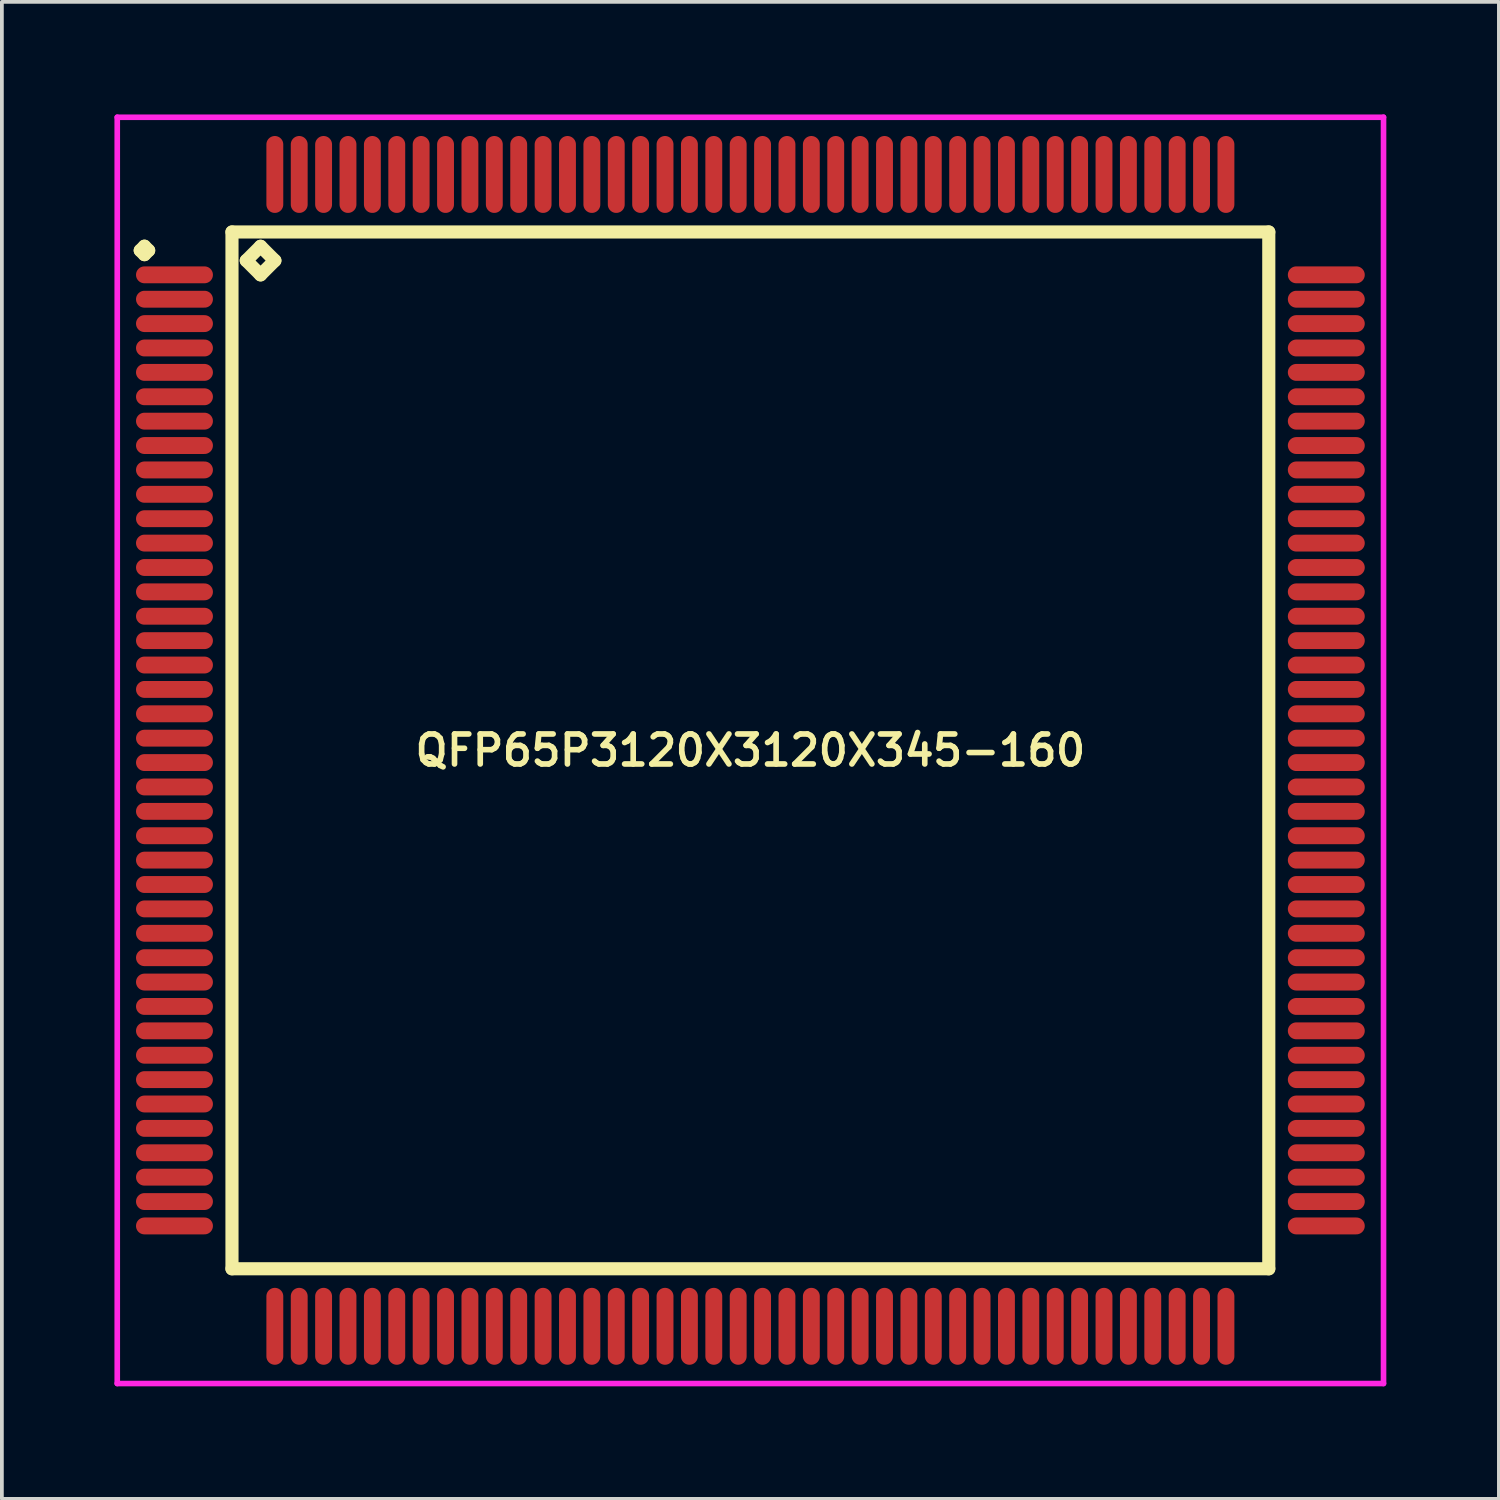
<source format=kicad_pcb>
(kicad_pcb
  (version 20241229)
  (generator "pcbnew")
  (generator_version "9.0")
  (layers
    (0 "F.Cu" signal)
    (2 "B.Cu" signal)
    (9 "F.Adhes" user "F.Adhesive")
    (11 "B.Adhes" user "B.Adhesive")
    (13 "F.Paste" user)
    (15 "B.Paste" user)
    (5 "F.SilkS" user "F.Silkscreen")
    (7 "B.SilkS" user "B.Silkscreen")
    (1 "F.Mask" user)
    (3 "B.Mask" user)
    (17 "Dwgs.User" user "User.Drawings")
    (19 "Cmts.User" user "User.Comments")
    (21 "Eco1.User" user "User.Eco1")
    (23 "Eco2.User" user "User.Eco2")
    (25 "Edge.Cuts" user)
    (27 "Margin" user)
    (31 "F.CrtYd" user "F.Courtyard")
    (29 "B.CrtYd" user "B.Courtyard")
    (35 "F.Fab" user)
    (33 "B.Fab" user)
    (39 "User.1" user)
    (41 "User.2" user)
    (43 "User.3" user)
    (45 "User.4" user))
  (footprint "QFP65P3120X3120X345-160"
    (layer "F.Cu")
    (at 16.95 16.95)
    (property "Reference" "QFP65P3120X3120X345-160" (at 0 0 0) (layer "F.SilkS") (effects (font (size 0.8 0.8) (thickness 0.15))))
    (attr smd)
    (fp_line (start -16.262 -13.325) (end -16.15 -13.438) (stroke (width 0.35) (type solid)) (layer "F.SilkS"))
    (fp_line (start -16.15 -13.438) (end -16.038 -13.325) (stroke (width 0.35) (type solid)) (layer "F.SilkS"))
    (fp_line (start -16.15 -13.213) (end -16.262 -13.325) (stroke (width 0.35) (type solid)) (layer "F.SilkS"))
    (fp_line (start -16.038 -13.325) (end -16.15 -13.213) (stroke (width 0.35) (type solid)) (layer "F.SilkS"))
    (fp_line (start -13.817 -13.817) (end -13.817 13.817) (stroke (width 0.35) (type solid)) (layer "F.SilkS"))
    (fp_line (start -13.817 13.817) (end 13.817 13.817) (stroke (width 0.35) (type solid)) (layer "F.SilkS"))
    (fp_line (start -13.436 -13.055) (end -13.055 -13.436) (stroke (width 0.35) (type solid)) (layer "F.SilkS"))
    (fp_line (start -13.055 -13.436) (end -12.674 -13.055) (stroke (width 0.35) (type solid)) (layer "F.SilkS"))
    (fp_line (start -13.055 -12.674) (end -13.436 -13.055) (stroke (width 0.35) (type solid)) (layer "F.SilkS"))
    (fp_line (start -12.674 -13.055) (end -13.055 -12.674) (stroke (width 0.35) (type solid)) (layer "F.SilkS"))
    (fp_line (start 13.817 -13.817) (end -13.817 -13.817) (stroke (width 0.35) (type solid)) (layer "F.SilkS"))
    (fp_line (start 13.817 13.817) (end 13.817 -13.817) (stroke (width 0.35) (type solid)) (layer "F.SilkS"))
    (fp_line (start -16.875 -16.875) (end 16.875 -16.875) (stroke (width 0.15) (type solid)) (layer "F.CrtYd"))
    (fp_line (start -16.875 16.875) (end -16.875 -16.875) (stroke (width 0.15) (type solid)) (layer "F.CrtYd"))
    (fp_line (start 16.875 -16.875) (end 16.875 16.875) (stroke (width 0.15) (type solid)) (layer "F.CrtYd"))
    (fp_line (start 16.875 16.875) (end -16.875 16.875) (stroke (width 0.15) (type solid)) (layer "F.CrtYd"))
    (pad "1" smd oval (at -15.35 -12.675) (size 2.05 0.45) (layers "F.Cu" "F.Mask" "F.Paste"))
    (pad "2" smd oval (at -15.35 -12.025) (size 2.05 0.45) (layers "F.Cu" "F.Mask" "F.Paste"))
    (pad "3" smd oval (at -15.35 -11.375) (size 2.05 0.45) (layers "F.Cu" "F.Mask" "F.Paste"))
    (pad "4" smd oval (at -15.35 -10.725) (size 2.05 0.45) (layers "F.Cu" "F.Mask" "F.Paste"))
    (pad "5" smd oval (at -15.35 -10.075) (size 2.05 0.45) (layers "F.Cu" "F.Mask" "F.Paste"))
    (pad "6" smd oval (at -15.35 -9.425) (size 2.05 0.45) (layers "F.Cu" "F.Mask" "F.Paste"))
    (pad "7" smd oval (at -15.35 -8.775) (size 2.05 0.45) (layers "F.Cu" "F.Mask" "F.Paste"))
    (pad "8" smd oval (at -15.35 -8.125) (size 2.05 0.45) (layers "F.Cu" "F.Mask" "F.Paste"))
    (pad "9" smd oval (at -15.35 -7.475) (size 2.05 0.45) (layers "F.Cu" "F.Mask" "F.Paste"))
    (pad "10" smd oval (at -15.35 -6.825) (size 2.05 0.45) (layers "F.Cu" "F.Mask" "F.Paste"))
    (pad "11" smd oval (at -15.35 -6.175) (size 2.05 0.45) (layers "F.Cu" "F.Mask" "F.Paste"))
    (pad "12" smd oval (at -15.35 -5.525) (size 2.05 0.45) (layers "F.Cu" "F.Mask" "F.Paste"))
    (pad "13" smd oval (at -15.35 -4.875) (size 2.05 0.45) (layers "F.Cu" "F.Mask" "F.Paste"))
    (pad "14" smd oval (at -15.35 -4.225) (size 2.05 0.45) (layers "F.Cu" "F.Mask" "F.Paste"))
    (pad "15" smd oval (at -15.35 -3.575) (size 2.05 0.45) (layers "F.Cu" "F.Mask" "F.Paste"))
    (pad "16" smd oval (at -15.35 -2.925) (size 2.05 0.45) (layers "F.Cu" "F.Mask" "F.Paste"))
    (pad "17" smd oval (at -15.35 -2.275) (size 2.05 0.45) (layers "F.Cu" "F.Mask" "F.Paste"))
    (pad "18" smd oval (at -15.35 -1.625) (size 2.05 0.45) (layers "F.Cu" "F.Mask" "F.Paste"))
    (pad "19" smd oval (at -15.35 -0.975) (size 2.05 0.45) (layers "F.Cu" "F.Mask" "F.Paste"))
    (pad "20" smd oval (at -15.35 -0.325) (size 2.05 0.45) (layers "F.Cu" "F.Mask" "F.Paste"))
    (pad "21" smd oval (at -15.35 0.325) (size 2.05 0.45) (layers "F.Cu" "F.Mask" "F.Paste"))
    (pad "22" smd oval (at -15.35 0.975) (size 2.05 0.45) (layers "F.Cu" "F.Mask" "F.Paste"))
    (pad "23" smd oval (at -15.35 1.625) (size 2.05 0.45) (layers "F.Cu" "F.Mask" "F.Paste"))
    (pad "24" smd oval (at -15.35 2.275) (size 2.05 0.45) (layers "F.Cu" "F.Mask" "F.Paste"))
    (pad "25" smd oval (at -15.35 2.925) (size 2.05 0.45) (layers "F.Cu" "F.Mask" "F.Paste"))
    (pad "26" smd oval (at -15.35 3.575) (size 2.05 0.45) (layers "F.Cu" "F.Mask" "F.Paste"))
    (pad "27" smd oval (at -15.35 4.225) (size 2.05 0.45) (layers "F.Cu" "F.Mask" "F.Paste"))
    (pad "28" smd oval (at -15.35 4.875) (size 2.05 0.45) (layers "F.Cu" "F.Mask" "F.Paste"))
    (pad "29" smd oval (at -15.35 5.525) (size 2.05 0.45) (layers "F.Cu" "F.Mask" "F.Paste"))
    (pad "30" smd oval (at -15.35 6.175) (size 2.05 0.45) (layers "F.Cu" "F.Mask" "F.Paste"))
    (pad "31" smd oval (at -15.35 6.825) (size 2.05 0.45) (layers "F.Cu" "F.Mask" "F.Paste"))
    (pad "32" smd oval (at -15.35 7.475) (size 2.05 0.45) (layers "F.Cu" "F.Mask" "F.Paste"))
    (pad "33" smd oval (at -15.35 8.125) (size 2.05 0.45) (layers "F.Cu" "F.Mask" "F.Paste"))
    (pad "34" smd oval (at -15.35 8.775) (size 2.05 0.45) (layers "F.Cu" "F.Mask" "F.Paste"))
    (pad "35" smd oval (at -15.35 9.425) (size 2.05 0.45) (layers "F.Cu" "F.Mask" "F.Paste"))
    (pad "36" smd oval (at -15.35 10.075) (size 2.05 0.45) (layers "F.Cu" "F.Mask" "F.Paste"))
    (pad "37" smd oval (at -15.35 10.725) (size 2.05 0.45) (layers "F.Cu" "F.Mask" "F.Paste"))
    (pad "38" smd oval (at -15.35 11.375) (size 2.05 0.45) (layers "F.Cu" "F.Mask" "F.Paste"))
    (pad "39" smd oval (at -15.35 12.025) (size 2.05 0.45) (layers "F.Cu" "F.Mask" "F.Paste"))
    (pad "40" smd oval (at -15.35 12.675) (size 2.05 0.45) (layers "F.Cu" "F.Mask" "F.Paste"))
    (pad "41" smd oval (at -12.675 15.35) (size 0.45 2.05) (layers "F.Cu" "F.Mask" "F.Paste"))
    (pad "42" smd oval (at -12.025 15.35) (size 0.45 2.05) (layers "F.Cu" "F.Mask" "F.Paste"))
    (pad "43" smd oval (at -11.375 15.35) (size 0.45 2.05) (layers "F.Cu" "F.Mask" "F.Paste"))
    (pad "44" smd oval (at -10.725 15.35) (size 0.45 2.05) (layers "F.Cu" "F.Mask" "F.Paste"))
    (pad "45" smd oval (at -10.075 15.35) (size 0.45 2.05) (layers "F.Cu" "F.Mask" "F.Paste"))
    (pad "46" smd oval (at -9.425 15.35) (size 0.45 2.05) (layers "F.Cu" "F.Mask" "F.Paste"))
    (pad "47" smd oval (at -8.775 15.35) (size 0.45 2.05) (layers "F.Cu" "F.Mask" "F.Paste"))
    (pad "48" smd oval (at -8.125 15.35) (size 0.45 2.05) (layers "F.Cu" "F.Mask" "F.Paste"))
    (pad "49" smd oval (at -7.475 15.35) (size 0.45 2.05) (layers "F.Cu" "F.Mask" "F.Paste"))
    (pad "50" smd oval (at -6.825 15.35) (size 0.45 2.05) (layers "F.Cu" "F.Mask" "F.Paste"))
    (pad "51" smd oval (at -6.175 15.35) (size 0.45 2.05) (layers "F.Cu" "F.Mask" "F.Paste"))
    (pad "52" smd oval (at -5.525 15.35) (size 0.45 2.05) (layers "F.Cu" "F.Mask" "F.Paste"))
    (pad "53" smd oval (at -4.875 15.35) (size 0.45 2.05) (layers "F.Cu" "F.Mask" "F.Paste"))
    (pad "54" smd oval (at -4.225 15.35) (size 0.45 2.05) (layers "F.Cu" "F.Mask" "F.Paste"))
    (pad "55" smd oval (at -3.575 15.35) (size 0.45 2.05) (layers "F.Cu" "F.Mask" "F.Paste"))
    (pad "56" smd oval (at -2.925 15.35) (size 0.45 2.05) (layers "F.Cu" "F.Mask" "F.Paste"))
    (pad "57" smd oval (at -2.275 15.35) (size 0.45 2.05) (layers "F.Cu" "F.Mask" "F.Paste"))
    (pad "58" smd oval (at -1.625 15.35) (size 0.45 2.05) (layers "F.Cu" "F.Mask" "F.Paste"))
    (pad "59" smd oval (at -0.975 15.35) (size 0.45 2.05) (layers "F.Cu" "F.Mask" "F.Paste"))
    (pad "60" smd oval (at -0.325 15.35) (size 0.45 2.05) (layers "F.Cu" "F.Mask" "F.Paste"))
    (pad "61" smd oval (at 0.325 15.35) (size 0.45 2.05) (layers "F.Cu" "F.Mask" "F.Paste"))
    (pad "62" smd oval (at 0.975 15.35) (size 0.45 2.05) (layers "F.Cu" "F.Mask" "F.Paste"))
    (pad "63" smd oval (at 1.625 15.35) (size 0.45 2.05) (layers "F.Cu" "F.Mask" "F.Paste"))
    (pad "64" smd oval (at 2.275 15.35) (size 0.45 2.05) (layers "F.Cu" "F.Mask" "F.Paste"))
    (pad "65" smd oval (at 2.925 15.35) (size 0.45 2.05) (layers "F.Cu" "F.Mask" "F.Paste"))
    (pad "66" smd oval (at 3.575 15.35) (size 0.45 2.05) (layers "F.Cu" "F.Mask" "F.Paste"))
    (pad "67" smd oval (at 4.225 15.35) (size 0.45 2.05) (layers "F.Cu" "F.Mask" "F.Paste"))
    (pad "68" smd oval (at 4.875 15.35) (size 0.45 2.05) (layers "F.Cu" "F.Mask" "F.Paste"))
    (pad "69" smd oval (at 5.525 15.35) (size 0.45 2.05) (layers "F.Cu" "F.Mask" "F.Paste"))
    (pad "70" smd oval (at 6.175 15.35) (size 0.45 2.05) (layers "F.Cu" "F.Mask" "F.Paste"))
    (pad "71" smd oval (at 6.825 15.35) (size 0.45 2.05) (layers "F.Cu" "F.Mask" "F.Paste"))
    (pad "72" smd oval (at 7.475 15.35) (size 0.45 2.05) (layers "F.Cu" "F.Mask" "F.Paste"))
    (pad "73" smd oval (at 8.125 15.35) (size 0.45 2.05) (layers "F.Cu" "F.Mask" "F.Paste"))
    (pad "74" smd oval (at 8.775 15.35) (size 0.45 2.05) (layers "F.Cu" "F.Mask" "F.Paste"))
    (pad "75" smd oval (at 9.425 15.35) (size 0.45 2.05) (layers "F.Cu" "F.Mask" "F.Paste"))
    (pad "76" smd oval (at 10.075 15.35) (size 0.45 2.05) (layers "F.Cu" "F.Mask" "F.Paste"))
    (pad "77" smd oval (at 10.725 15.35) (size 0.45 2.05) (layers "F.Cu" "F.Mask" "F.Paste"))
    (pad "78" smd oval (at 11.375 15.35) (size 0.45 2.05) (layers "F.Cu" "F.Mask" "F.Paste"))
    (pad "79" smd oval (at 12.025 15.35) (size 0.45 2.05) (layers "F.Cu" "F.Mask" "F.Paste"))
    (pad "80" smd oval (at 12.675 15.35) (size 0.45 2.05) (layers "F.Cu" "F.Mask" "F.Paste"))
    (pad "81" smd oval (at 15.35 12.675) (size 2.05 0.45) (layers "F.Cu" "F.Mask" "F.Paste"))
    (pad "82" smd oval (at 15.35 12.025) (size 2.05 0.45) (layers "F.Cu" "F.Mask" "F.Paste"))
    (pad "83" smd oval (at 15.35 11.375) (size 2.05 0.45) (layers "F.Cu" "F.Mask" "F.Paste"))
    (pad "84" smd oval (at 15.35 10.725) (size 2.05 0.45) (layers "F.Cu" "F.Mask" "F.Paste"))
    (pad "85" smd oval (at 15.35 10.075) (size 2.05 0.45) (layers "F.Cu" "F.Mask" "F.Paste"))
    (pad "86" smd oval (at 15.35 9.425) (size 2.05 0.45) (layers "F.Cu" "F.Mask" "F.Paste"))
    (pad "87" smd oval (at 15.35 8.775) (size 2.05 0.45) (layers "F.Cu" "F.Mask" "F.Paste"))
    (pad "88" smd oval (at 15.35 8.125) (size 2.05 0.45) (layers "F.Cu" "F.Mask" "F.Paste"))
    (pad "89" smd oval (at 15.35 7.475) (size 2.05 0.45) (layers "F.Cu" "F.Mask" "F.Paste"))
    (pad "90" smd oval (at 15.35 6.825) (size 2.05 0.45) (layers "F.Cu" "F.Mask" "F.Paste"))
    (pad "91" smd oval (at 15.35 6.175) (size 2.05 0.45) (layers "F.Cu" "F.Mask" "F.Paste"))
    (pad "92" smd oval (at 15.35 5.525) (size 2.05 0.45) (layers "F.Cu" "F.Mask" "F.Paste"))
    (pad "93" smd oval (at 15.35 4.875) (size 2.05 0.45) (layers "F.Cu" "F.Mask" "F.Paste"))
    (pad "94" smd oval (at 15.35 4.225) (size 2.05 0.45) (layers "F.Cu" "F.Mask" "F.Paste"))
    (pad "95" smd oval (at 15.35 3.575) (size 2.05 0.45) (layers "F.Cu" "F.Mask" "F.Paste"))
    (pad "96" smd oval (at 15.35 2.925) (size 2.05 0.45) (layers "F.Cu" "F.Mask" "F.Paste"))
    (pad "97" smd oval (at 15.35 2.275) (size 2.05 0.45) (layers "F.Cu" "F.Mask" "F.Paste"))
    (pad "98" smd oval (at 15.35 1.625) (size 2.05 0.45) (layers "F.Cu" "F.Mask" "F.Paste"))
    (pad "99" smd oval (at 15.35 0.975) (size 2.05 0.45) (layers "F.Cu" "F.Mask" "F.Paste"))
    (pad "100" smd oval (at 15.35 0.325) (size 2.05 0.45) (layers "F.Cu" "F.Mask" "F.Paste"))
    (pad "101" smd oval (at 15.35 -0.325) (size 2.05 0.45) (layers "F.Cu" "F.Mask" "F.Paste"))
    (pad "102" smd oval (at 15.35 -0.975) (size 2.05 0.45) (layers "F.Cu" "F.Mask" "F.Paste"))
    (pad "103" smd oval (at 15.35 -1.625) (size 2.05 0.45) (layers "F.Cu" "F.Mask" "F.Paste"))
    (pad "104" smd oval (at 15.35 -2.275) (size 2.05 0.45) (layers "F.Cu" "F.Mask" "F.Paste"))
    (pad "105" smd oval (at 15.35 -2.925) (size 2.05 0.45) (layers "F.Cu" "F.Mask" "F.Paste"))
    (pad "106" smd oval (at 15.35 -3.575) (size 2.05 0.45) (layers "F.Cu" "F.Mask" "F.Paste"))
    (pad "107" smd oval (at 15.35 -4.225) (size 2.05 0.45) (layers "F.Cu" "F.Mask" "F.Paste"))
    (pad "108" smd oval (at 15.35 -4.875) (size 2.05 0.45) (layers "F.Cu" "F.Mask" "F.Paste"))
    (pad "109" smd oval (at 15.35 -5.525) (size 2.05 0.45) (layers "F.Cu" "F.Mask" "F.Paste"))
    (pad "110" smd oval (at 15.35 -6.175) (size 2.05 0.45) (layers "F.Cu" "F.Mask" "F.Paste"))
    (pad "111" smd oval (at 15.35 -6.825) (size 2.05 0.45) (layers "F.Cu" "F.Mask" "F.Paste"))
    (pad "112" smd oval (at 15.35 -7.475) (size 2.05 0.45) (layers "F.Cu" "F.Mask" "F.Paste"))
    (pad "113" smd oval (at 15.35 -8.125) (size 2.05 0.45) (layers "F.Cu" "F.Mask" "F.Paste"))
    (pad "114" smd oval (at 15.35 -8.775) (size 2.05 0.45) (layers "F.Cu" "F.Mask" "F.Paste"))
    (pad "115" smd oval (at 15.35 -9.425) (size 2.05 0.45) (layers "F.Cu" "F.Mask" "F.Paste"))
    (pad "116" smd oval (at 15.35 -10.075) (size 2.05 0.45) (layers "F.Cu" "F.Mask" "F.Paste"))
    (pad "117" smd oval (at 15.35 -10.725) (size 2.05 0.45) (layers "F.Cu" "F.Mask" "F.Paste"))
    (pad "118" smd oval (at 15.35 -11.375) (size 2.05 0.45) (layers "F.Cu" "F.Mask" "F.Paste"))
    (pad "119" smd oval (at 15.35 -12.025) (size 2.05 0.45) (layers "F.Cu" "F.Mask" "F.Paste"))
    (pad "120" smd oval (at 15.35 -12.675) (size 2.05 0.45) (layers "F.Cu" "F.Mask" "F.Paste"))
    (pad "121" smd oval (at 12.675 -15.35) (size 0.45 2.05) (layers "F.Cu" "F.Mask" "F.Paste"))
    (pad "122" smd oval (at 12.025 -15.35) (size 0.45 2.05) (layers "F.Cu" "F.Mask" "F.Paste"))
    (pad "123" smd oval (at 11.375 -15.35) (size 0.45 2.05) (layers "F.Cu" "F.Mask" "F.Paste"))
    (pad "124" smd oval (at 10.725 -15.35) (size 0.45 2.05) (layers "F.Cu" "F.Mask" "F.Paste"))
    (pad "125" smd oval (at 10.075 -15.35) (size 0.45 2.05) (layers "F.Cu" "F.Mask" "F.Paste"))
    (pad "126" smd oval (at 9.425 -15.35) (size 0.45 2.05) (layers "F.Cu" "F.Mask" "F.Paste"))
    (pad "127" smd oval (at 8.775 -15.35) (size 0.45 2.05) (layers "F.Cu" "F.Mask" "F.Paste"))
    (pad "128" smd oval (at 8.125 -15.35) (size 0.45 2.05) (layers "F.Cu" "F.Mask" "F.Paste"))
    (pad "129" smd oval (at 7.475 -15.35) (size 0.45 2.05) (layers "F.Cu" "F.Mask" "F.Paste"))
    (pad "130" smd oval (at 6.825 -15.35) (size 0.45 2.05) (layers "F.Cu" "F.Mask" "F.Paste"))
    (pad "131" smd oval (at 6.175 -15.35) (size 0.45 2.05) (layers "F.Cu" "F.Mask" "F.Paste"))
    (pad "132" smd oval (at 5.525 -15.35) (size 0.45 2.05) (layers "F.Cu" "F.Mask" "F.Paste"))
    (pad "133" smd oval (at 4.875 -15.35) (size 0.45 2.05) (layers "F.Cu" "F.Mask" "F.Paste"))
    (pad "134" smd oval (at 4.225 -15.35) (size 0.45 2.05) (layers "F.Cu" "F.Mask" "F.Paste"))
    (pad "135" smd oval (at 3.575 -15.35) (size 0.45 2.05) (layers "F.Cu" "F.Mask" "F.Paste"))
    (pad "136" smd oval (at 2.925 -15.35) (size 0.45 2.05) (layers "F.Cu" "F.Mask" "F.Paste"))
    (pad "137" smd oval (at 2.275 -15.35) (size 0.45 2.05) (layers "F.Cu" "F.Mask" "F.Paste"))
    (pad "138" smd oval (at 1.625 -15.35) (size 0.45 2.05) (layers "F.Cu" "F.Mask" "F.Paste"))
    (pad "139" smd oval (at 0.975 -15.35) (size 0.45 2.05) (layers "F.Cu" "F.Mask" "F.Paste"))
    (pad "140" smd oval (at 0.325 -15.35) (size 0.45 2.05) (layers "F.Cu" "F.Mask" "F.Paste"))
    (pad "141" smd oval (at -0.325 -15.35) (size 0.45 2.05) (layers "F.Cu" "F.Mask" "F.Paste"))
    (pad "142" smd oval (at -0.975 -15.35) (size 0.45 2.05) (layers "F.Cu" "F.Mask" "F.Paste"))
    (pad "143" smd oval (at -1.625 -15.35) (size 0.45 2.05) (layers "F.Cu" "F.Mask" "F.Paste"))
    (pad "144" smd oval (at -2.275 -15.35) (size 0.45 2.05) (layers "F.Cu" "F.Mask" "F.Paste"))
    (pad "145" smd oval (at -2.925 -15.35) (size 0.45 2.05) (layers "F.Cu" "F.Mask" "F.Paste"))
    (pad "146" smd oval (at -3.575 -15.35) (size 0.45 2.05) (layers "F.Cu" "F.Mask" "F.Paste"))
    (pad "147" smd oval (at -4.225 -15.35) (size 0.45 2.05) (layers "F.Cu" "F.Mask" "F.Paste"))
    (pad "148" smd oval (at -4.875 -15.35) (size 0.45 2.05) (layers "F.Cu" "F.Mask" "F.Paste"))
    (pad "149" smd oval (at -5.525 -15.35) (size 0.45 2.05) (layers "F.Cu" "F.Mask" "F.Paste"))
    (pad "150" smd oval (at -6.175 -15.35) (size 0.45 2.05) (layers "F.Cu" "F.Mask" "F.Paste"))
    (pad "151" smd oval (at -6.825 -15.35) (size 0.45 2.05) (layers "F.Cu" "F.Mask" "F.Paste"))
    (pad "152" smd oval (at -7.475 -15.35) (size 0.45 2.05) (layers "F.Cu" "F.Mask" "F.Paste"))
    (pad "153" smd oval (at -8.125 -15.35) (size 0.45 2.05) (layers "F.Cu" "F.Mask" "F.Paste"))
    (pad "154" smd oval (at -8.775 -15.35) (size 0.45 2.05) (layers "F.Cu" "F.Mask" "F.Paste"))
    (pad "155" smd oval (at -9.425 -15.35) (size 0.45 2.05) (layers "F.Cu" "F.Mask" "F.Paste"))
    (pad "156" smd oval (at -10.075 -15.35) (size 0.45 2.05) (layers "F.Cu" "F.Mask" "F.Paste"))
    (pad "157" smd oval (at -10.725 -15.35) (size 0.45 2.05) (layers "F.Cu" "F.Mask" "F.Paste"))
    (pad "158" smd oval (at -11.375 -15.35) (size 0.45 2.05) (layers "F.Cu" "F.Mask" "F.Paste"))
    (pad "159" smd oval (at -12.025 -15.35) (size 0.45 2.05) (layers "F.Cu" "F.Mask" "F.Paste"))
    (pad "160" smd oval (at -12.675 -15.35) (size 0.45 2.05) (layers "F.Cu" "F.Mask" "F.Paste")))
  (gr_rect
    (start -3 -3)
    (end 36.9 36.9)
    (stroke (width 0.1) (type default))
    (fill no)
    (layer "Edge.Cuts")))
</source>
